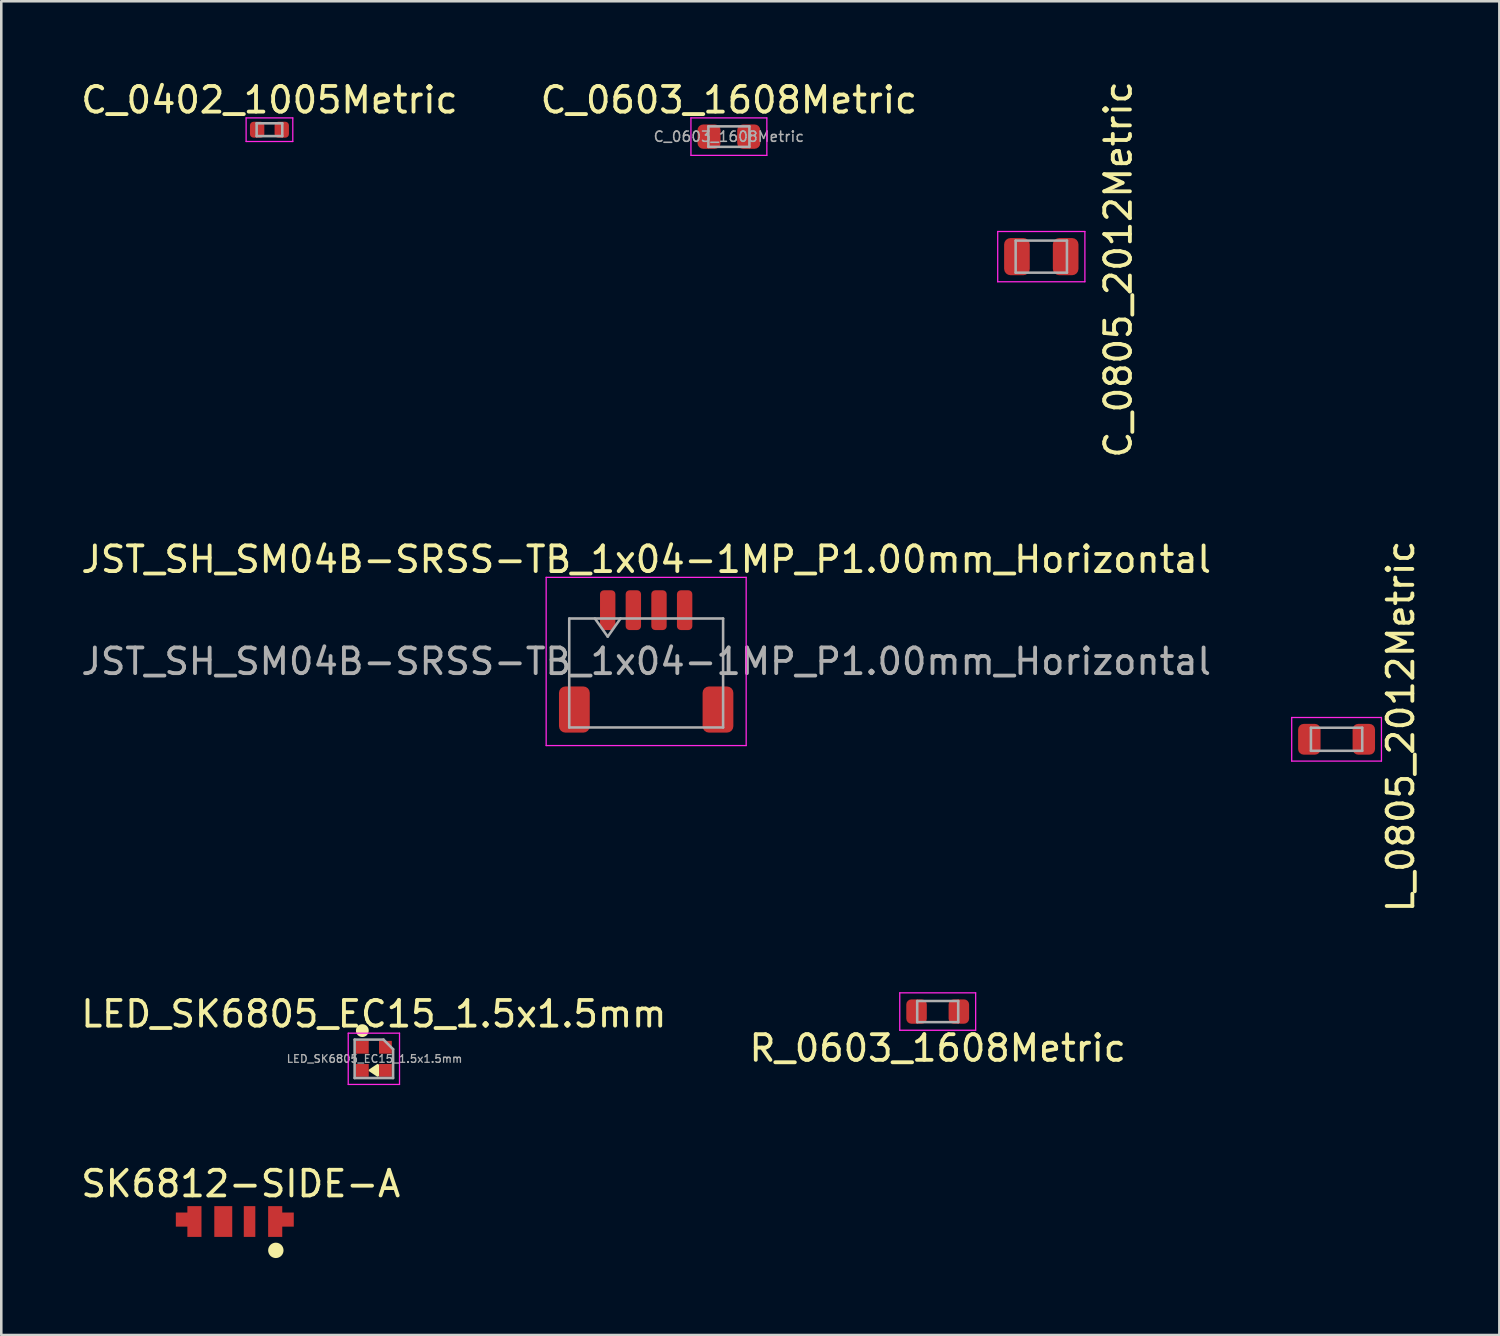
<source format=kicad_pcb>
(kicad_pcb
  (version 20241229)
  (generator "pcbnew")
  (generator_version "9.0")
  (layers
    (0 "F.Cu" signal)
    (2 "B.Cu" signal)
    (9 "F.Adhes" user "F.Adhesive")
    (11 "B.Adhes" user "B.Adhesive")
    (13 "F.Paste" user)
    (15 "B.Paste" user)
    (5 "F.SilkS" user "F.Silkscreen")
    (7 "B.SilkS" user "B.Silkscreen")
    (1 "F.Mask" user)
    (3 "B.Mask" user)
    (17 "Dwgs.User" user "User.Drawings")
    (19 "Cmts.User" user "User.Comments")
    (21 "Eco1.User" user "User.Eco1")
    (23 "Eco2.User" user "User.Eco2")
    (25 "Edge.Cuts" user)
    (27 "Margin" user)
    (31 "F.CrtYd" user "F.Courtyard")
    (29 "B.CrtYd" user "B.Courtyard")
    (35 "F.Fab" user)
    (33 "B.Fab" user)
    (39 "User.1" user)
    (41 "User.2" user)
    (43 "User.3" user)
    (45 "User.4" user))
  (footprint "C_0402_1005Metric"
    (layer "F.Cu")
    (at 7.458 2.008)
    (property "Reference" "C_0402_1005Metric" (at 0 -1.16 180) (layer "F.SilkS") (effects (font (size 1 1) (thickness 0.15))))
    (attr smd)
    (fp_line (start -0.91 -0.46) (end 0.91 -0.46) (stroke (width 0.05) (type solid)) (layer "F.CrtYd"))
    (fp_line (start -0.91 0.46) (end -0.91 -0.46) (stroke (width 0.05) (type solid)) (layer "F.CrtYd"))
    (fp_line (start 0.91 -0.46) (end 0.91 0.46) (stroke (width 0.05) (type solid)) (layer "F.CrtYd"))
    (fp_line (start 0.91 0.46) (end -0.91 0.46) (stroke (width 0.05) (type solid)) (layer "F.CrtYd"))
    (fp_line (start -0.5 -0.25) (end 0.5 -0.25) (stroke (width 0.1) (type solid)) (layer "F.Fab"))
    (fp_line (start -0.5 0.25) (end -0.5 -0.25) (stroke (width 0.1) (type solid)) (layer "F.Fab"))
    (fp_line (start 0.5 -0.25) (end 0.5 0.25) (stroke (width 0.1) (type solid)) (layer "F.Fab"))
    (fp_line (start 0.5 0.25) (end -0.5 0.25) (stroke (width 0.1) (type solid)) (layer "F.Fab"))
    (pad "1" smd roundrect (at -0.48 0) (size 0.56 0.62) (layers "F.Cu" "F.Mask" "F.Paste") (roundrect_rratio 0.25))
    (pad "2" smd roundrect (at 0.48 0) (size 0.56 0.62) (layers "F.Cu" "F.Mask" "F.Paste") (roundrect_rratio 0.25)))
  (footprint "L_0805_2012Metric"
    (layer "F.Cu")
    (at 49.073 25.78)
    (property "Reference" "L_0805_2012Metric" (at 2.5 -0.5 90) (layer "F.SilkS") (effects (font (size 1 1) (thickness 0.15))))
    (attr smd)
    (fp_line (start -1.75 -0.85) (end 1.75 -0.85) (stroke (width 0.05) (type solid)) (layer "F.CrtYd"))
    (fp_line (start -1.75 0.85) (end -1.75 -0.85) (stroke (width 0.05) (type solid)) (layer "F.CrtYd"))
    (fp_line (start 1.75 -0.85) (end 1.75 0.85) (stroke (width 0.05) (type solid)) (layer "F.CrtYd"))
    (fp_line (start 1.75 0.85) (end -1.75 0.85) (stroke (width 0.05) (type solid)) (layer "F.CrtYd"))
    (fp_line (start -1 -0.45) (end 1 -0.45) (stroke (width 0.1) (type solid)) (layer "F.Fab"))
    (fp_line (start -1 0.45) (end -1 -0.45) (stroke (width 0.1) (type solid)) (layer "F.Fab"))
    (fp_line (start 1 -0.45) (end 1 0.45) (stroke (width 0.1) (type solid)) (layer "F.Fab"))
    (fp_line (start 1 0.45) (end -1 0.45) (stroke (width 0.1) (type solid)) (layer "F.Fab"))
    (pad "1" smd roundrect (at -1.062 0) (size 0.875 1.2) (layers "F.Cu" "F.Mask" "F.Paste") (roundrect_rratio 0.25))
    (pad "2" smd roundrect (at 1.062 0) (size 0.875 1.2) (layers "F.Cu" "F.Mask" "F.Paste") (roundrect_rratio 0.25)))
  (footprint "R_0603_1608Metric"
    (layer "F.Cu")
    (at 33.518 36.398)
    (property "Reference" "R_0603_1608Metric" (at 0 1.428 180) (layer "F.SilkS") (effects (font (size 1 1) (thickness 0.15))))
    (attr smd)
    (fp_line (start -1.48 -0.73) (end 1.48 -0.73) (stroke (width 0.05) (type solid)) (layer "F.CrtYd"))
    (fp_line (start -1.48 0.73) (end -1.48 -0.73) (stroke (width 0.05) (type solid)) (layer "F.CrtYd"))
    (fp_line (start 1.48 -0.73) (end 1.48 0.73) (stroke (width 0.05) (type solid)) (layer "F.CrtYd"))
    (fp_line (start 1.48 0.73) (end -1.48 0.73) (stroke (width 0.05) (type solid)) (layer "F.CrtYd"))
    (fp_line (start -0.8 -0.412) (end 0.8 -0.412) (stroke (width 0.1) (type solid)) (layer "F.Fab"))
    (fp_line (start -0.8 0.412) (end -0.8 -0.412) (stroke (width 0.1) (type solid)) (layer "F.Fab"))
    (fp_line (start 0.8 -0.412) (end 0.8 0.412) (stroke (width 0.1) (type solid)) (layer "F.Fab"))
    (fp_line (start 0.8 0.412) (end -0.8 0.412) (stroke (width 0.1) (type solid)) (layer "F.Fab"))
    (pad "1" smd roundrect (at -0.825 0) (size 0.8 0.95) (layers "F.Cu" "F.Mask" "F.Paste") (roundrect_rratio 0.25))
    (pad "2" smd roundrect (at 0.825 0) (size 0.8 0.95) (layers "F.Cu" "F.Mask" "F.Paste") (roundrect_rratio 0.25)))
  (footprint "JST_SH_SM04B-SRSS-TB_1x04-1MP_P1.00mm_Horizontal"
    (layer "F.Cu")
    (at 22.149 22.745)
    (property "Reference" "JST_SH_SM04B-SRSS-TB_1x04-1MP_P1.00mm_Horizontal" (at 0 -3.98 180) (layer "F.SilkS") (effects (font (size 1 1) (thickness 0.15))))
    (attr smd)
    (fp_line (start -3.9 -3.28) (end -3.9 3.28) (stroke (width 0.05) (type solid)) (layer "F.CrtYd"))
    (fp_line (start -3.9 3.28) (end 3.9 3.28) (stroke (width 0.05) (type solid)) (layer "F.CrtYd"))
    (fp_line (start 3.9 -3.28) (end -3.9 -3.28) (stroke (width 0.05) (type solid)) (layer "F.CrtYd"))
    (fp_line (start 3.9 3.28) (end 3.9 -3.28) (stroke (width 0.05) (type solid)) (layer "F.CrtYd"))
    (fp_line (start -3 -1.675) (end -3 2.575) (stroke (width 0.1) (type solid)) (layer "F.Fab"))
    (fp_line (start -3 -1.675) (end 3 -1.675) (stroke (width 0.1) (type solid)) (layer "F.Fab"))
    (fp_line (start -3 2.575) (end 3 2.575) (stroke (width 0.1) (type solid)) (layer "F.Fab"))
    (fp_line (start -2 -1.675) (end -1.5 -0.968) (stroke (width 0.1) (type solid)) (layer "F.Fab"))
    (fp_line (start -1.5 -0.968) (end -1 -1.675) (stroke (width 0.1) (type solid)) (layer "F.Fab"))
    (fp_line (start 3 -1.675) (end 3 2.575) (stroke (width 0.1) (type solid)) (layer "F.Fab"))
    (fp_text user "${REFERENCE}" (at 0 0 180) (layer "F.Fab") (effects (font (size 1 1) (thickness 0.15))))
    (pad "1" smd roundrect (at -1.5 -2) (size 0.6 1.55) (layers "F.Cu" "F.Mask" "F.Paste") (roundrect_rratio 0.25))
    (pad "2" smd roundrect (at -0.5 -2) (size 0.6 1.55) (layers "F.Cu" "F.Mask" "F.Paste") (roundrect_rratio 0.25))
    (pad "3" smd roundrect (at 0.5 -2) (size 0.6 1.55) (layers "F.Cu" "F.Mask" "F.Paste") (roundrect_rratio 0.25))
    (pad "4" smd roundrect (at 1.5 -2) (size 0.6 1.55) (layers "F.Cu" "F.Mask" "F.Paste") (roundrect_rratio 0.25))
    (pad "MP" smd roundrect (at -2.8 1.875) (size 1.2 1.8) (layers "F.Cu" "F.Mask" "F.Paste") (roundrect_rratio 0.208))
    (pad "MP" smd roundrect (at 2.8 1.875) (size 1.2 1.8) (layers "F.Cu" "F.Mask" "F.Paste") (roundrect_rratio 0.208)))
  (footprint "SK6812-SIDE-A"
    (layer "F.Cu")
    (at 4.307 44.511)
    (property "Reference" "SK6812-SIDE-A" (at 2.032 -1.397 0) (layer "F.SilkS") (effects (font (size 1 1) (thickness 0.15))))
    (attr through_hole)
    (fp_circle (center 3.4 1.2) (end 3.65 1.2) (stroke (width 0.1) (type solid)) (fill yes) (layer "F.SilkS"))
    (pad "1" smd custom (at 0 0) (size 1 0.55) (layers "F.Cu" "F.Mask" "F.Paste") (options (anchor rect)) (primitives (gr_poly (pts (xy -0.05 -0.525) (xy 0.5 -0.525) (xy 0.5 0.675) (xy -0.05 0.675)) (width 0) (fill yes))))
    (pad "2" smd rect (at 1.35 0) (size 0.7 1.2) (drill (offset 0 0.075)) (layers "F.Cu" "F.Mask" "F.Paste"))
    (pad "3" smd rect (at 2.375 0) (size 0.45 1.2) (drill (offset 0 0.075)) (layers "F.Cu" "F.Mask" "F.Paste"))
    (pad "4" smd custom (at 3.6 0) (size 1 0.55) (layers "F.Cu" "F.Mask" "F.Paste") (options (anchor rect)) (primitives (gr_poly (pts (xy 0.05 -0.525) (xy -0.5 -0.525) (xy -0.5 0.675) (xy 0.05 0.675)) (width 0) (fill yes)))))
  (footprint "LED_SK6805_EC15_1.5x1.5mm"
    (layer "F.Cu")
    (at 11.53 38.241)
    (property "Reference" "LED_SK6805_EC15_1.5x1.5mm" (at 0 -1.75 0) (layer "F.SilkS") (effects (font (size 1 1) (thickness 0.15))))
    (attr smd)
    (fp_circle (center -0.45 -1.1) (end -0.25 -1.1) (stroke (width 0.1) (type solid)) (fill yes) (layer "F.SilkS"))
    (fp_poly (pts (xy 0.15 0.25) (xy -0.15 0.45) (xy 0.15 0.65)) (stroke (width 0.1) (type solid)) (fill yes) (layer "F.SilkS"))
    (fp_line (start -1 -1) (end 1 -1) (stroke (width 0.05) (type solid)) (layer "F.CrtYd"))
    (fp_line (start -1 1) (end -1 -1) (stroke (width 0.05) (type solid)) (layer "F.CrtYd"))
    (fp_line (start 1 -1) (end 1 1) (stroke (width 0.05) (type solid)) (layer "F.CrtYd"))
    (fp_line (start 1 1) (end -1 1) (stroke (width 0.05) (type solid)) (layer "F.CrtYd"))
    (fp_line (start -0.75 -0.75) (end 0.375 -0.75) (stroke (width 0.1) (type solid)) (layer "F.Fab"))
    (fp_line (start -0.75 0.75) (end -0.75 -0.75) (stroke (width 0.1) (type solid)) (layer "F.Fab"))
    (fp_line (start 0.375 -0.75) (end 0.75 -0.375) (stroke (width 0.1) (type solid)) (layer "F.Fab"))
    (fp_line (start 0.75 -0.375) (end 0.75 0.75) (stroke (width 0.1) (type solid)) (layer "F.Fab"))
    (fp_line (start 0.75 0.75) (end -0.75 0.75) (stroke (width 0.1) (type solid)) (layer "F.Fab"))
    (fp_text user "${REFERENCE}" (at 0.025 0 0) (layer "F.Fab") (effects (font (size 0.3 0.3) (thickness 0.05))))
    (pad "1" smd rect (at -0.45 -0.45) (size 0.5 0.5) (layers "F.Cu" "F.Mask" "F.Paste"))
    (pad "2" smd rect (at -0.45 0.45) (size 0.5 0.5) (layers "F.Cu" "F.Mask" "F.Paste"))
    (pad "3" smd rect (at 0.45 0.45) (size 0.5 0.5) (layers "F.Cu" "F.Mask" "F.Paste"))
    (pad "4" smd rect (at 0.45 -0.45) (size 0.5 0.5) (layers "F.Cu" "F.Mask" "F.Paste")))
  (footprint "C_0805_2012Metric"
    (layer "F.Cu")
    (at 37.558 6.958)
    (property "Reference" "C_0805_2012Metric" (at 3 0.5 90) (layer "F.SilkS") (effects (font (size 1 1) (thickness 0.15))))
    (attr smd)
    (fp_line (start -1.7 -0.98) (end 1.7 -0.98) (stroke (width 0.05) (type solid)) (layer "F.CrtYd"))
    (fp_line (start -1.7 0.98) (end -1.7 -0.98) (stroke (width 0.05) (type solid)) (layer "F.CrtYd"))
    (fp_line (start 1.7 -0.98) (end 1.7 0.98) (stroke (width 0.05) (type solid)) (layer "F.CrtYd"))
    (fp_line (start 1.7 0.98) (end -1.7 0.98) (stroke (width 0.05) (type solid)) (layer "F.CrtYd"))
    (fp_line (start -1 -0.625) (end 1 -0.625) (stroke (width 0.1) (type solid)) (layer "F.Fab"))
    (fp_line (start -1 0.625) (end -1 -0.625) (stroke (width 0.1) (type solid)) (layer "F.Fab"))
    (fp_line (start 1 -0.625) (end 1 0.625) (stroke (width 0.1) (type solid)) (layer "F.Fab"))
    (fp_line (start 1 0.625) (end -1 0.625) (stroke (width 0.1) (type solid)) (layer "F.Fab"))
    (pad "1" smd roundrect (at -0.95 0) (size 1 1.45) (layers "F.Cu" "F.Mask" "F.Paste") (roundrect_rratio 0.25))
    (pad "2" smd roundrect (at 0.95 0) (size 1 1.45) (layers "F.Cu" "F.Mask" "F.Paste") (roundrect_rratio 0.25)))
  (footprint "C_0603_1608Metric"
    (layer "F.Cu")
    (at 25.375 2.278)
    (property "Reference" "C_0603_1608Metric" (at 0 -1.43 180) (layer "F.SilkS") (effects (font (size 1 1) (thickness 0.15))))
    (attr smd)
    (fp_line (start -1.48 -0.73) (end 1.48 -0.73) (stroke (width 0.05) (type solid)) (layer "F.CrtYd"))
    (fp_line (start -1.48 0.73) (end -1.48 -0.73) (stroke (width 0.05) (type solid)) (layer "F.CrtYd"))
    (fp_line (start 1.48 -0.73) (end 1.48 0.73) (stroke (width 0.05) (type solid)) (layer "F.CrtYd"))
    (fp_line (start 1.48 0.73) (end -1.48 0.73) (stroke (width 0.05) (type solid)) (layer "F.CrtYd"))
    (fp_line (start -0.8 -0.4) (end 0.8 -0.4) (stroke (width 0.1) (type solid)) (layer "F.Fab"))
    (fp_line (start -0.8 0.4) (end -0.8 -0.4) (stroke (width 0.1) (type solid)) (layer "F.Fab"))
    (fp_line (start 0.8 -0.4) (end 0.8 0.4) (stroke (width 0.1) (type solid)) (layer "F.Fab"))
    (fp_line (start 0.8 0.4) (end -0.8 0.4) (stroke (width 0.1) (type solid)) (layer "F.Fab"))
    (fp_text user "${REFERENCE}" (at 0 0 180) (layer "F.Fab") (effects (font (size 0.4 0.4) (thickness 0.06))))
    (pad "1" smd roundrect (at -0.775 0 5.684341886e-14) (size 0.9 0.95) (layers "F.Cu" "F.Mask" "F.Paste") (roundrect_rratio 0.25))
    (pad "2" smd roundrect (at 0.775 0 5.684341886e-14) (size 0.9 0.95) (layers "F.Cu" "F.Mask" "F.Paste") (roundrect_rratio 0.25)))
  (gr_rect
    (start -3 -3)
    (end 55.421 49.011)
    (stroke (width 0.1) (type default))
    (fill no)
    (layer "Edge.Cuts")))
</source>
